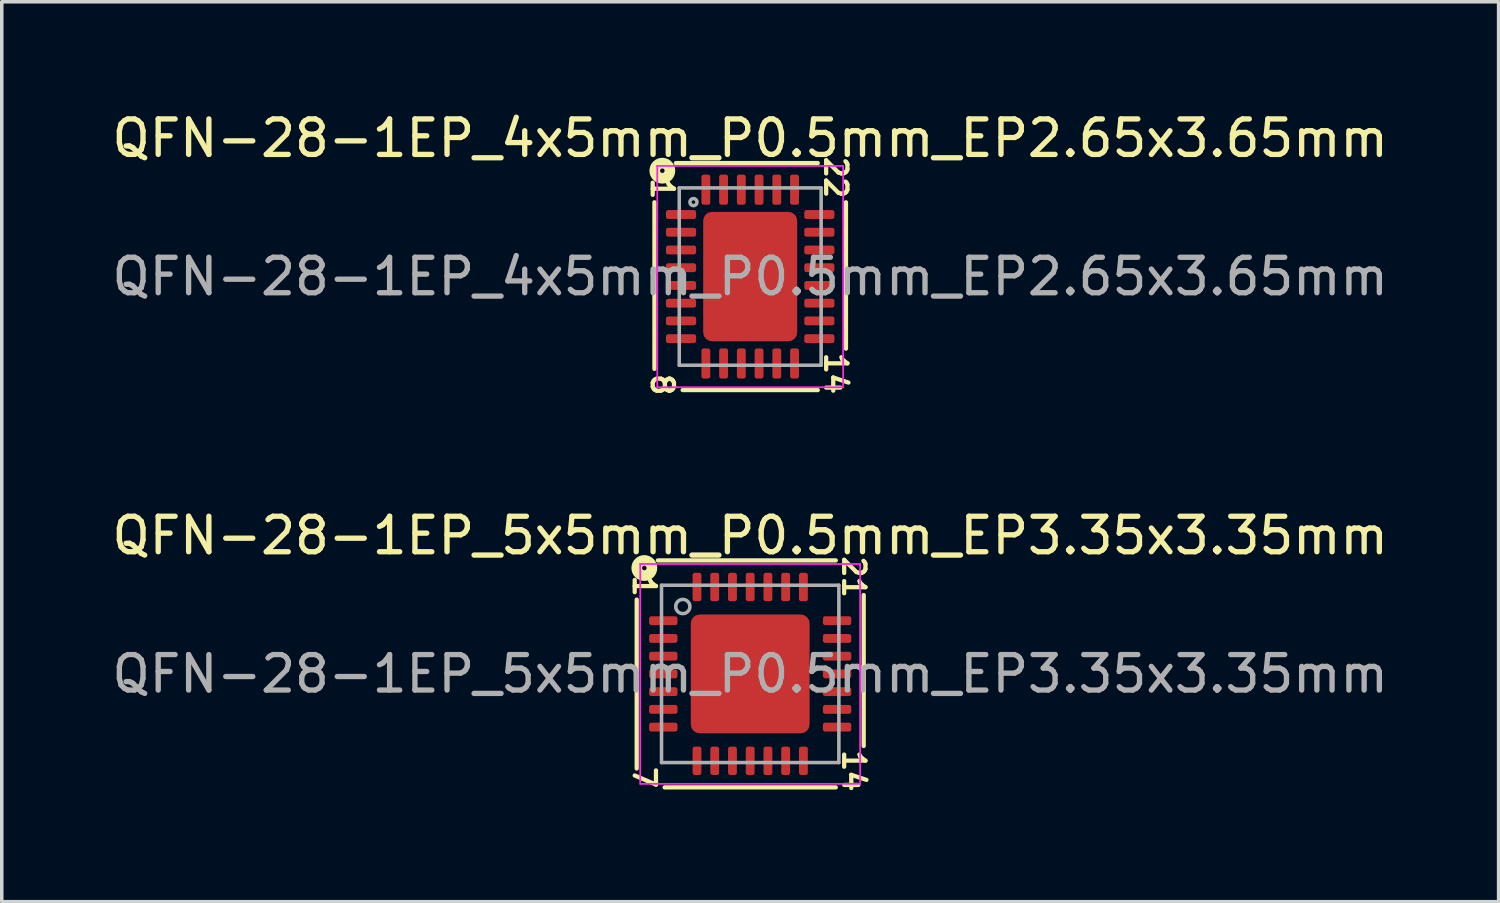
<source format=kicad_pcb>
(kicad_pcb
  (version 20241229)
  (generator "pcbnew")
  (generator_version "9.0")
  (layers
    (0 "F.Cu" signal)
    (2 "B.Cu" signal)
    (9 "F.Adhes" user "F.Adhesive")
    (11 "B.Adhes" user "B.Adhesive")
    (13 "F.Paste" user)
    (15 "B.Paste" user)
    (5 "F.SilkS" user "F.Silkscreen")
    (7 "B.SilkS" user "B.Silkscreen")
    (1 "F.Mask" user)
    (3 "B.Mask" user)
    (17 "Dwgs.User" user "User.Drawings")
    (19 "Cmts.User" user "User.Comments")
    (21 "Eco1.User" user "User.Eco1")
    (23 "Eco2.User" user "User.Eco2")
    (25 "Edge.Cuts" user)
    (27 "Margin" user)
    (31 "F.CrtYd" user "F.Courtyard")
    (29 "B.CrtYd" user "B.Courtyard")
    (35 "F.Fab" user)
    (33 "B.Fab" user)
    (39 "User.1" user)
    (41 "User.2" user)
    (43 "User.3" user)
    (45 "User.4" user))
  (footprint "QFN-28-1EP_5x5mm_P0.5mm_EP3.35x3.35mm"
    (layer "F.Cu")
    (at 18.101 15.95)
    (property "Reference" "QFN-28-1EP_5x5mm_P0.5mm_EP3.35x3.35mm" (at 0 -3.9 0) (layer "F.SilkS") (effects (font (size 1 1) (thickness 0.15))))
    (attr smd)
    (fp_line (start -3.2 -2.095) (end -3.2 2.667) (stroke (width 0.12) (type solid)) (layer "F.SilkS"))
    (fp_line (start -2.413 3.2) (end 2.413 3.2) (stroke (width 0.12) (type solid)) (layer "F.SilkS"))
    (fp_line (start 2.413 -3.2) (end -2.603 -3.2) (stroke (width 0.12) (type solid)) (layer "F.SilkS"))
    (fp_line (start 3.2 2.032) (end 3.2 -2.223) (stroke (width 0.12) (type solid)) (layer "F.SilkS"))
    (fp_circle (center -2.985 -2.985) (end -2.921 -2.985) (stroke (width 0.3) (type solid)) (fill no) (layer "F.SilkS"))
    (fp_line (start -3.1 -3.1) (end -3.1 3.1) (stroke (width 0.05) (type solid)) (layer "F.CrtYd"))
    (fp_line (start -3.1 3.1) (end 3.1 3.1) (stroke (width 0.05) (type solid)) (layer "F.CrtYd"))
    (fp_line (start 3.1 -3.1) (end -3.1 -3.1) (stroke (width 0.05) (type solid)) (layer "F.CrtYd"))
    (fp_line (start 3.1 3.1) (end 3.1 -3.1) (stroke (width 0.05) (type solid)) (layer "F.CrtYd"))
    (fp_line (start -2.5 -2.5) (end 2.5 -2.5) (stroke (width 0.1) (type solid)) (layer "F.Fab"))
    (fp_line (start -2.5 2.5) (end -2.5 -2.5) (stroke (width 0.1) (type solid)) (layer "F.Fab"))
    (fp_line (start 2.5 -2.5) (end 2.5 2.5) (stroke (width 0.1) (type solid)) (layer "F.Fab"))
    (fp_line (start 2.5 2.5) (end -2.5 2.5) (stroke (width 0.1) (type solid)) (layer "F.Fab"))
    (fp_circle (center -1.9 -1.9) (end -1.7 -1.9) (stroke (width 0.1) (type solid)) (fill no) (layer "F.Fab"))
    (fp_text user "1" (at -2.985 -2.477 270) (unlocked yes) (layer "F.SilkS") (effects (font (size 0.6 0.6) (thickness 0.12))))
    (fp_text user "21" (at 2.921 -2.731 270) (unlocked yes) (layer "F.SilkS") (effects (font (size 0.6 0.6) (thickness 0.12))))
    (fp_text user "14" (at 2.921 2.731 270) (unlocked yes) (layer "F.SilkS") (effects (font (size 0.6 0.6) (thickness 0.12))))
    (fp_text user "7" (at -2.985 2.921 270) (unlocked yes) (layer "F.SilkS") (effects (font (size 0.6 0.6) (thickness 0.12))))
    (fp_text user "${REFERENCE}" (at 0 0 0) (layer "F.Fab") (effects (font (size 1 1) (thickness 0.15))))
    (pad "" smd roundrect (at -1.12 -1.12) (size 0.9 0.9) (layers "F.Paste") (roundrect_rratio 0.25))
    (pad "" smd roundrect (at -1.12 0) (size 0.9 0.9) (layers "F.Paste") (roundrect_rratio 0.25))
    (pad "" smd roundrect (at -1.12 1.12) (size 0.9 0.9) (layers "F.Paste") (roundrect_rratio 0.25))
    (pad "" smd roundrect (at 0 -1.12) (size 0.9 0.9) (layers "F.Paste") (roundrect_rratio 0.25))
    (pad "" smd roundrect (at 0 0) (size 0.9 0.9) (layers "F.Paste") (roundrect_rratio 0.25))
    (pad "" smd roundrect (at 0 1.12) (size 0.9 0.9) (layers "F.Paste") (roundrect_rratio 0.25))
    (pad "" smd roundrect (at 1.12 -1.12) (size 0.9 0.9) (layers "F.Paste") (roundrect_rratio 0.25))
    (pad "" smd roundrect (at 1.12 0) (size 0.9 0.9) (layers "F.Paste") (roundrect_rratio 0.25))
    (pad "" smd roundrect (at 1.12 1.12) (size 0.9 0.9) (layers "F.Paste") (roundrect_rratio 0.25))
    (pad "1" smd roundrect (at -2.45 -1.5) (size 0.8 0.25) (layers "F.Cu" "F.Mask" "F.Paste") (roundrect_rratio 0.25))
    (pad "2" smd roundrect (at -2.45 -1) (size 0.8 0.25) (layers "F.Cu" "F.Mask" "F.Paste") (roundrect_rratio 0.25))
    (pad "3" smd roundrect (at -2.45 -0.5) (size 0.8 0.25) (layers "F.Cu" "F.Mask" "F.Paste") (roundrect_rratio 0.25))
    (pad "4" smd roundrect (at -2.45 0) (size 0.8 0.25) (layers "F.Cu" "F.Mask" "F.Paste") (roundrect_rratio 0.25))
    (pad "5" smd roundrect (at -2.45 0.5) (size 0.8 0.25) (layers "F.Cu" "F.Mask" "F.Paste") (roundrect_rratio 0.25))
    (pad "6" smd roundrect (at -2.45 1) (size 0.8 0.25) (layers "F.Cu" "F.Mask" "F.Paste") (roundrect_rratio 0.25))
    (pad "7" smd roundrect (at -2.45 1.5) (size 0.8 0.25) (layers "F.Cu" "F.Mask" "F.Paste") (roundrect_rratio 0.25))
    (pad "8" smd roundrect (at -1.5 2.45) (size 0.25 0.8) (layers "F.Cu" "F.Mask" "F.Paste") (roundrect_rratio 0.25))
    (pad "9" smd roundrect (at -1 2.45) (size 0.25 0.8) (layers "F.Cu" "F.Mask" "F.Paste") (roundrect_rratio 0.25))
    (pad "10" smd roundrect (at -0.5 2.45) (size 0.25 0.8) (layers "F.Cu" "F.Mask" "F.Paste") (roundrect_rratio 0.25))
    (pad "11" smd roundrect (at 0 2.45) (size 0.25 0.8) (layers "F.Cu" "F.Mask" "F.Paste") (roundrect_rratio 0.25))
    (pad "12" smd roundrect (at 0.5 2.45) (size 0.25 0.8) (layers "F.Cu" "F.Mask" "F.Paste") (roundrect_rratio 0.25))
    (pad "13" smd roundrect (at 1 2.45) (size 0.25 0.8) (layers "F.Cu" "F.Mask" "F.Paste") (roundrect_rratio 0.25))
    (pad "14" smd roundrect (at 1.5 2.45) (size 0.25 0.8) (layers "F.Cu" "F.Mask" "F.Paste") (roundrect_rratio 0.25))
    (pad "15" smd roundrect (at 2.45 1.5) (size 0.8 0.25) (layers "F.Cu" "F.Mask" "F.Paste") (roundrect_rratio 0.25))
    (pad "16" smd roundrect (at 2.45 1) (size 0.8 0.25) (layers "F.Cu" "F.Mask" "F.Paste") (roundrect_rratio 0.25))
    (pad "17" smd roundrect (at 2.45 0.5) (size 0.8 0.25) (layers "F.Cu" "F.Mask" "F.Paste") (roundrect_rratio 0.25))
    (pad "18" smd roundrect (at 2.45 0) (size 0.8 0.25) (layers "F.Cu" "F.Mask" "F.Paste") (roundrect_rratio 0.25))
    (pad "19" smd roundrect (at 2.45 -0.5) (size 0.8 0.25) (layers "F.Cu" "F.Mask" "F.Paste") (roundrect_rratio 0.25))
    (pad "20" smd roundrect (at 2.45 -1) (size 0.8 0.25) (layers "F.Cu" "F.Mask" "F.Paste") (roundrect_rratio 0.25))
    (pad "21" smd roundrect (at 2.45 -1.5) (size 0.8 0.25) (layers "F.Cu" "F.Mask" "F.Paste") (roundrect_rratio 0.25))
    (pad "22" smd roundrect (at 1.5 -2.45) (size 0.25 0.8) (layers "F.Cu" "F.Mask" "F.Paste") (roundrect_rratio 0.25))
    (pad "23" smd roundrect (at 1 -2.45) (size 0.25 0.8) (layers "F.Cu" "F.Mask" "F.Paste") (roundrect_rratio 0.25))
    (pad "24" smd roundrect (at 0.5 -2.45) (size 0.25 0.8) (layers "F.Cu" "F.Mask" "F.Paste") (roundrect_rratio 0.25))
    (pad "25" smd roundrect (at 0 -2.45) (size 0.25 0.8) (layers "F.Cu" "F.Mask" "F.Paste") (roundrect_rratio 0.25))
    (pad "26" smd roundrect (at -0.5 -2.45) (size 0.25 0.8) (layers "F.Cu" "F.Mask" "F.Paste") (roundrect_rratio 0.25))
    (pad "27" smd roundrect (at -1 -2.45) (size 0.25 0.8) (layers "F.Cu" "F.Mask" "F.Paste") (roundrect_rratio 0.25))
    (pad "28" smd roundrect (at -1.5 -2.45) (size 0.25 0.8) (layers "F.Cu" "F.Mask" "F.Paste") (roundrect_rratio 0.25))
    (pad "29" smd roundrect (at 0 0) (size 3.35 3.35) (layers "F.Cu" "F.Mask") (roundrect_rratio 0.075)))
  (footprint "QFN-28-1EP_4x5mm_P0.5mm_EP2.65x3.65mm"
    (layer "F.Cu")
    (at 18.101 4.748)
    (property "Reference" "QFN-28-1EP_4x5mm_P0.5mm_EP2.65x3.65mm" (at 0 -3.9 0) (layer "F.SilkS") (effects (font (size 1 1) (thickness 0.15))))
    (attr smd)
    (fp_line (start -2.7 -2.095) (end -2.7 2.603) (stroke (width 0.12) (type solid)) (layer "F.SilkS"))
    (fp_line (start -1.905 3.2) (end 1.905 3.2) (stroke (width 0.12) (type solid)) (layer "F.SilkS"))
    (fp_line (start 1.905 -3.2) (end -2.095 -3.2) (stroke (width 0.12) (type solid)) (layer "F.SilkS"))
    (fp_line (start 2.7 2.032) (end 2.7 -2.095) (stroke (width 0.12) (type solid)) (layer "F.SilkS"))
    (fp_circle (center -2.477 -2.985) (end -2.413 -2.985) (stroke (width 0.3) (type solid)) (fill no) (layer "F.SilkS"))
    (fp_line (start -2.62 -3.12) (end -2.62 3.12) (stroke (width 0.05) (type solid)) (layer "F.CrtYd"))
    (fp_line (start -2.62 3.12) (end 2.62 3.12) (stroke (width 0.05) (type solid)) (layer "F.CrtYd"))
    (fp_line (start 2.62 -3.12) (end -2.62 -3.12) (stroke (width 0.05) (type solid)) (layer "F.CrtYd"))
    (fp_line (start 2.62 3.12) (end 2.62 -3.12) (stroke (width 0.05) (type solid)) (layer "F.CrtYd"))
    (fp_line (start -2 -2.5) (end 2 -2.5) (stroke (width 0.1) (type solid)) (layer "F.Fab"))
    (fp_line (start -2 2.5) (end -2 -2.5) (stroke (width 0.1) (type solid)) (layer "F.Fab"))
    (fp_line (start 2 -2.5) (end 2 2.5) (stroke (width 0.1) (type solid)) (layer "F.Fab"))
    (fp_line (start 2 2.5) (end -2 2.5) (stroke (width 0.1) (type solid)) (layer "F.Fab"))
    (fp_circle (center -1.6 -2.1) (end -1.5 -2.1) (stroke (width 0.1) (type solid)) (fill no) (layer "F.Fab"))
    (fp_text user "14" (at 2.413 2.731 270) (unlocked yes) (layer "F.SilkS") (effects (font (size 0.6 0.6) (thickness 0.12))))
    (fp_text user "22" (at 2.413 -2.794 270) (unlocked yes) (layer "F.SilkS") (effects (font (size 0.6 0.6) (thickness 0.12))))
    (fp_text user "1" (at -2.477 -2.477 270) (unlocked yes) (layer "F.SilkS") (effects (font (size 0.6 0.6) (thickness 0.12))))
    (fp_text user "8" (at -2.477 3.048 270) (unlocked yes) (layer "F.SilkS") (effects (font (size 0.6 0.6) (thickness 0.12))))
    (fp_text user "${REFERENCE}" (at 0 0 0) (layer "F.Fab") (effects (font (size 1 1) (thickness 0.15))))
    (pad "" smd roundrect (at -0.66 -1.22) (size 1.07 0.98) (layers "F.Paste") (roundrect_rratio 0.25))
    (pad "" smd roundrect (at -0.66 0) (size 1.07 0.98) (layers "F.Paste") (roundrect_rratio 0.25))
    (pad "" smd roundrect (at -0.66 1.22) (size 1.07 0.98) (layers "F.Paste") (roundrect_rratio 0.25))
    (pad "" smd roundrect (at 0.66 -1.22) (size 1.07 0.98) (layers "F.Paste") (roundrect_rratio 0.25))
    (pad "" smd roundrect (at 0.66 0) (size 1.07 0.98) (layers "F.Paste") (roundrect_rratio 0.25))
    (pad "" smd roundrect (at 0.66 1.22) (size 1.07 0.98) (layers "F.Paste") (roundrect_rratio 0.25))
    (pad "1" smd roundrect (at -1.95 -1.75) (size 0.85 0.25) (layers "F.Cu" "F.Mask" "F.Paste") (roundrect_rratio 0.25))
    (pad "2" smd roundrect (at -1.95 -1.25) (size 0.85 0.25) (layers "F.Cu" "F.Mask" "F.Paste") (roundrect_rratio 0.25))
    (pad "3" smd roundrect (at -1.95 -0.75) (size 0.85 0.25) (layers "F.Cu" "F.Mask" "F.Paste") (roundrect_rratio 0.25))
    (pad "4" smd roundrect (at -1.95 -0.25) (size 0.85 0.25) (layers "F.Cu" "F.Mask" "F.Paste") (roundrect_rratio 0.25))
    (pad "5" smd roundrect (at -1.95 0.25) (size 0.85 0.25) (layers "F.Cu" "F.Mask" "F.Paste") (roundrect_rratio 0.25))
    (pad "6" smd roundrect (at -1.95 0.75) (size 0.85 0.25) (layers "F.Cu" "F.Mask" "F.Paste") (roundrect_rratio 0.25))
    (pad "7" smd roundrect (at -1.95 1.25) (size 0.85 0.25) (layers "F.Cu" "F.Mask" "F.Paste") (roundrect_rratio 0.25))
    (pad "8" smd roundrect (at -1.95 1.75) (size 0.85 0.25) (layers "F.Cu" "F.Mask" "F.Paste") (roundrect_rratio 0.25))
    (pad "9" smd roundrect (at -1.25 2.45) (size 0.25 0.85) (layers "F.Cu" "F.Mask" "F.Paste") (roundrect_rratio 0.25))
    (pad "10" smd roundrect (at -0.75 2.45) (size 0.25 0.85) (layers "F.Cu" "F.Mask" "F.Paste") (roundrect_rratio 0.25))
    (pad "11" smd roundrect (at -0.25 2.45) (size 0.25 0.85) (layers "F.Cu" "F.Mask" "F.Paste") (roundrect_rratio 0.25))
    (pad "12" smd roundrect (at 0.25 2.45) (size 0.25 0.85) (layers "F.Cu" "F.Mask" "F.Paste") (roundrect_rratio 0.25))
    (pad "13" smd roundrect (at 0.75 2.45) (size 0.25 0.85) (layers "F.Cu" "F.Mask" "F.Paste") (roundrect_rratio 0.25))
    (pad "14" smd roundrect (at 1.25 2.45) (size 0.25 0.85) (layers "F.Cu" "F.Mask" "F.Paste") (roundrect_rratio 0.25))
    (pad "15" smd roundrect (at 1.95 1.75) (size 0.85 0.25) (layers "F.Cu" "F.Mask" "F.Paste") (roundrect_rratio 0.25))
    (pad "16" smd roundrect (at 1.95 1.25) (size 0.85 0.25) (layers "F.Cu" "F.Mask" "F.Paste") (roundrect_rratio 0.25))
    (pad "17" smd roundrect (at 1.95 0.75) (size 0.85 0.25) (layers "F.Cu" "F.Mask" "F.Paste") (roundrect_rratio 0.25))
    (pad "18" smd roundrect (at 1.95 0.25) (size 0.85 0.25) (layers "F.Cu" "F.Mask" "F.Paste") (roundrect_rratio 0.25))
    (pad "19" smd roundrect (at 1.95 -0.25) (size 0.85 0.25) (layers "F.Cu" "F.Mask" "F.Paste") (roundrect_rratio 0.25))
    (pad "20" smd roundrect (at 1.95 -0.75) (size 0.85 0.25) (layers "F.Cu" "F.Mask" "F.Paste") (roundrect_rratio 0.25))
    (pad "21" smd roundrect (at 1.95 -1.25) (size 0.85 0.25) (layers "F.Cu" "F.Mask" "F.Paste") (roundrect_rratio 0.25))
    (pad "22" smd roundrect (at 1.95 -1.75) (size 0.85 0.25) (layers "F.Cu" "F.Mask" "F.Paste") (roundrect_rratio 0.25))
    (pad "23" smd roundrect (at 1.25 -2.45) (size 0.25 0.85) (layers "F.Cu" "F.Mask" "F.Paste") (roundrect_rratio 0.25))
    (pad "24" smd roundrect (at 0.75 -2.45) (size 0.25 0.85) (layers "F.Cu" "F.Mask" "F.Paste") (roundrect_rratio 0.25))
    (pad "25" smd roundrect (at 0.25 -2.45) (size 0.25 0.85) (layers "F.Cu" "F.Mask" "F.Paste") (roundrect_rratio 0.25))
    (pad "26" smd roundrect (at -0.25 -2.45) (size 0.25 0.85) (layers "F.Cu" "F.Mask" "F.Paste") (roundrect_rratio 0.25))
    (pad "27" smd roundrect (at -0.75 -2.45) (size 0.25 0.85) (layers "F.Cu" "F.Mask" "F.Paste") (roundrect_rratio 0.25))
    (pad "28" smd roundrect (at -1.25 -2.45) (size 0.25 0.85) (layers "F.Cu" "F.Mask" "F.Paste") (roundrect_rratio 0.25))
    (pad "29" smd roundrect (at 0 0) (size 2.65 3.65) (layers "F.Cu" "F.Mask") (roundrect_rratio 0.094)))
  (gr_rect
    (start -3 -3)
    (end 39.202 22.372)
    (stroke (width 0.1) (type default))
    (fill no)
    (layer "Edge.Cuts")))
</source>
